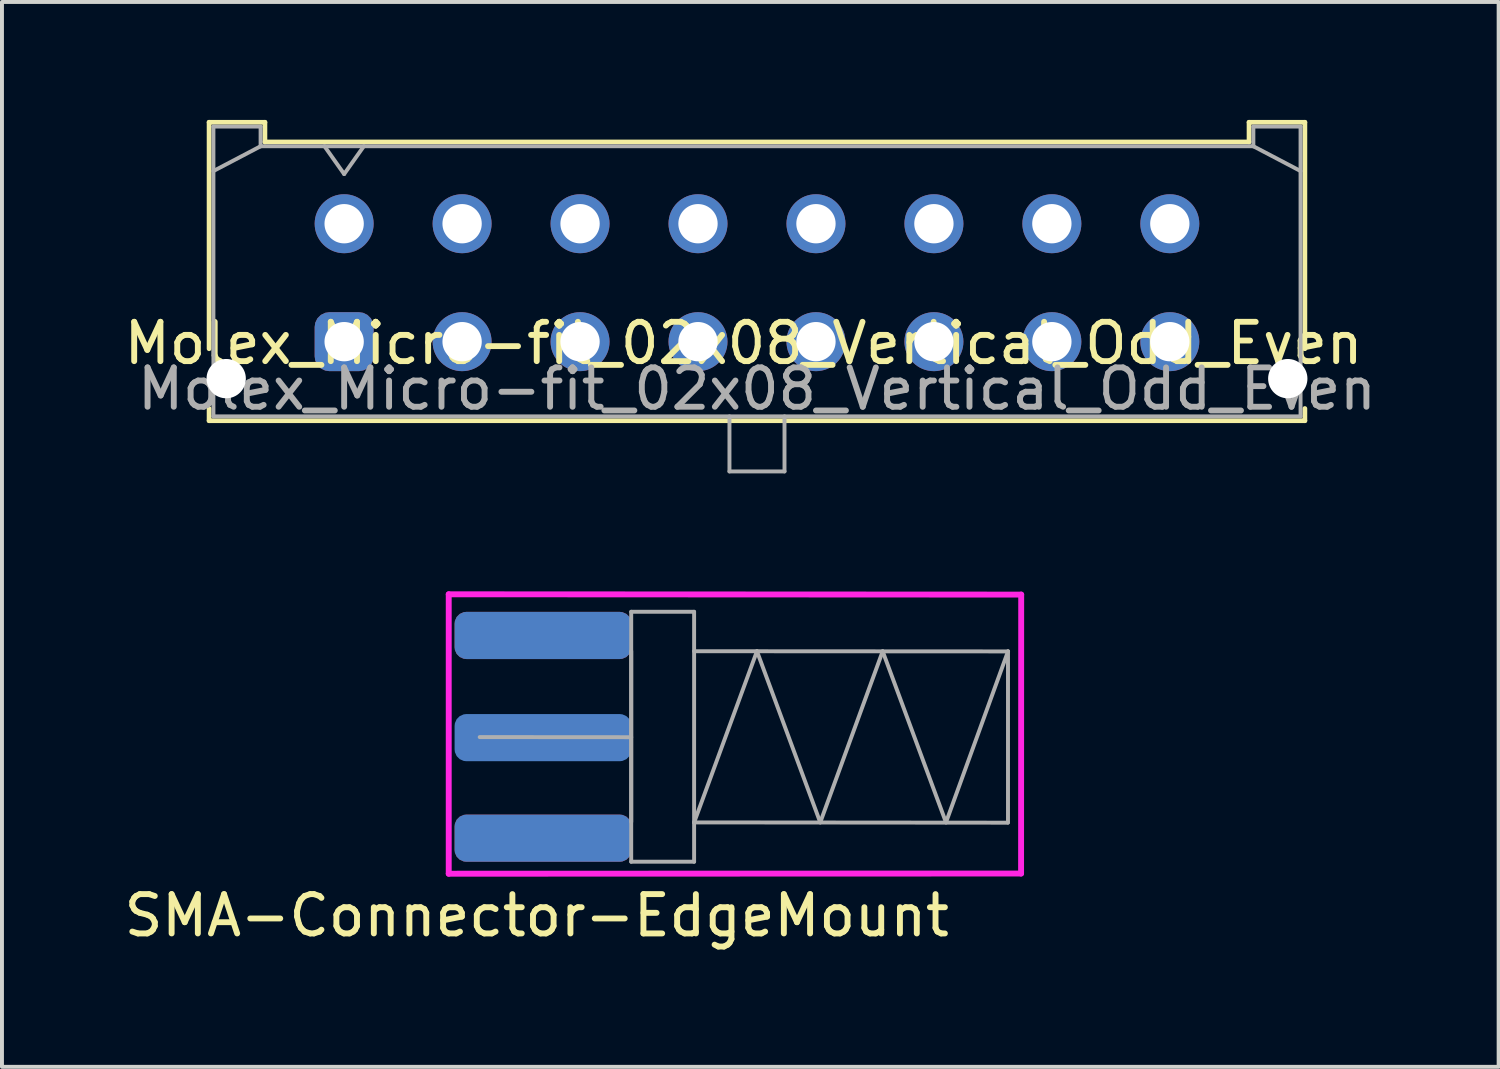
<source format=kicad_pcb>
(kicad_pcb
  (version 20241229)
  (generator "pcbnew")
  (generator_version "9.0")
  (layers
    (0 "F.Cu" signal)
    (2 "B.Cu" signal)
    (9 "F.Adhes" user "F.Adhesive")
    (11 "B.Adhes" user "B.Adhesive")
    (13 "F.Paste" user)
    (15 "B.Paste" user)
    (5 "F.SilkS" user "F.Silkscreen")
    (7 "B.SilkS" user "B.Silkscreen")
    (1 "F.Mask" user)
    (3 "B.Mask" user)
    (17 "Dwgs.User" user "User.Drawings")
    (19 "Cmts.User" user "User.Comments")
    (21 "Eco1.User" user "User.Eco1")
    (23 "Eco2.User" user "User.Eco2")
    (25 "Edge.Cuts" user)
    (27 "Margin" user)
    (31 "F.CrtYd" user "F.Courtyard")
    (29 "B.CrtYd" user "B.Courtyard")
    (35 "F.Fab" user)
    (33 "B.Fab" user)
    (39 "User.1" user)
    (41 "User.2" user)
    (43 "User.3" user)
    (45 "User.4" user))
  (footprint "Molex_Micro-fit_02x08_Vertical_Odd_Even"
    (layer "F.Cu")
    (at 15.863 5.18)
    (property "Reference" "Molex_Micro-fit_02x08_Vertical_Odd_Even" (at 0 0.5 0) (layer "F.SilkS") (effects (font (size 1 1) (thickness 0.15))))
    (attr through_hole)
    (fp_line (start -13.595 -5.12) (end -12.175 -5.12) (stroke (width 0.12) (type solid)) (layer "F.SilkS"))
    (fp_line (start -13.595 0.64) (end -13.595 -5.12) (stroke (width 0.12) (type solid)) (layer "F.SilkS"))
    (fp_line (start -13.595 2.16) (end -13.595 2.47) (stroke (width 0.12) (type solid)) (layer "F.SilkS"))
    (fp_line (start -13.595 2.47) (end 14.275 2.47) (stroke (width 0.12) (type solid)) (layer "F.SilkS"))
    (fp_line (start -12.175 -5.12) (end -12.175 -4.62) (stroke (width 0.12) (type solid)) (layer "F.SilkS"))
    (fp_line (start -12.175 -4.62) (end 12.855 -4.62) (stroke (width 0.12) (type solid)) (layer "F.SilkS"))
    (fp_line (start 12.855 -5.12) (end 14.275 -5.12) (stroke (width 0.12) (type solid)) (layer "F.SilkS"))
    (fp_line (start 12.855 -4.62) (end 12.855 -5.12) (stroke (width 0.12) (type solid)) (layer "F.SilkS"))
    (fp_line (start 14.275 -5.12) (end 14.275 0.64) (stroke (width 0.12) (type solid)) (layer "F.SilkS"))
    (fp_line (start 14.275 2.47) (end 14.275 2.16) (stroke (width 0.12) (type solid)) (layer "F.SilkS"))
    (fp_rect (start 0 0) (end 0 0) (stroke (width 0.05) (type solid)) (fill no) (layer "F.CrtYd"))
    (fp_line (start -13.485 -5.01) (end -13.485 2.36) (stroke (width 0.1) (type solid)) (layer "F.Fab"))
    (fp_line (start -13.485 -3.88) (end -12.285 -4.51) (stroke (width 0.1) (type solid)) (layer "F.Fab"))
    (fp_line (start -13.485 2.36) (end 14.165 2.36) (stroke (width 0.1) (type solid)) (layer "F.Fab"))
    (fp_line (start -12.285 -5.01) (end -13.485 -5.01) (stroke (width 0.1) (type solid)) (layer "F.Fab"))
    (fp_line (start -12.285 -4.51) (end -12.285 -5.01) (stroke (width 0.1) (type solid)) (layer "F.Fab"))
    (fp_line (start -10.66 -4.51) (end -10.16 -3.803) (stroke (width 0.1) (type solid)) (layer "F.Fab"))
    (fp_line (start -10.16 -3.803) (end -9.66 -4.51) (stroke (width 0.1) (type solid)) (layer "F.Fab"))
    (fp_line (start -0.36 2.36) (end -0.36 3.76) (stroke (width 0.1) (type solid)) (layer "F.Fab"))
    (fp_line (start -0.36 3.76) (end 1.04 3.76) (stroke (width 0.1) (type solid)) (layer "F.Fab"))
    (fp_line (start 1.04 3.76) (end 1.04 2.36) (stroke (width 0.1) (type solid)) (layer "F.Fab"))
    (fp_line (start 12.965 -5.01) (end 12.965 -4.51) (stroke (width 0.1) (type solid)) (layer "F.Fab"))
    (fp_line (start 12.965 -4.51) (end -12.285 -4.51) (stroke (width 0.1) (type solid)) (layer "F.Fab"))
    (fp_line (start 14.165 -5.01) (end 12.965 -5.01) (stroke (width 0.1) (type solid)) (layer "F.Fab"))
    (fp_line (start 14.165 -3.88) (end 12.965 -4.51) (stroke (width 0.1) (type solid)) (layer "F.Fab"))
    (fp_line (start 14.165 2.36) (end 14.165 -5.01) (stroke (width 0.1) (type solid)) (layer "F.Fab"))
    (fp_text user "${REFERENCE}" (at 0.34 1.66 0) (layer "F.Fab") (effects (font (size 1 1) (thickness 0.15))))
    (pad "" np_thru_hole circle (at -13.16 1.4) (size 1 1) (drill 1) (layers "*.Cu" "*.Mask"))
    (pad "" np_thru_hole circle (at 13.84 1.4) (size 1 1) (drill 1) (layers "*.Cu" "*.Mask"))
    (pad "1" thru_hole roundrect (at -10.16 0.46) (size 1.5 1.5) (drill 1) (layers "*.Cu" "*.Mask") (roundrect_rratio 0.25))
    (pad "2" thru_hole circle (at -10.16 -2.54) (size 1.5 1.5) (drill 1) (layers "*.Cu" "*.Mask"))
    (pad "3" thru_hole circle (at -7.16 0.46) (size 1.5 1.5) (drill 1) (layers "*.Cu" "*.Mask"))
    (pad "4" thru_hole circle (at -7.16 -2.54) (size 1.5 1.5) (drill 1) (layers "*.Cu" "*.Mask"))
    (pad "5" thru_hole circle (at -4.16 0.46) (size 1.5 1.5) (drill 1) (layers "*.Cu" "*.Mask"))
    (pad "6" thru_hole circle (at -4.16 -2.54) (size 1.5 1.5) (drill 1) (layers "*.Cu" "*.Mask"))
    (pad "7" thru_hole circle (at -1.16 0.46) (size 1.5 1.5) (drill 1) (layers "*.Cu" "*.Mask"))
    (pad "8" thru_hole circle (at -1.16 -2.54) (size 1.5 1.5) (drill 1) (layers "*.Cu" "*.Mask"))
    (pad "9" thru_hole circle (at 1.84 0.46) (size 1.5 1.5) (drill 1) (layers "*.Cu" "*.Mask"))
    (pad "10" thru_hole circle (at 1.84 -2.54) (size 1.5 1.5) (drill 1) (layers "*.Cu" "*.Mask"))
    (pad "11" thru_hole circle (at 4.84 0.46) (size 1.5 1.5) (drill 1) (layers "*.Cu" "*.Mask"))
    (pad "12" thru_hole circle (at 4.84 -2.54) (size 1.5 1.5) (drill 1) (layers "*.Cu" "*.Mask"))
    (pad "13" thru_hole circle (at 7.84 0.46) (size 1.5 1.5) (drill 1) (layers "*.Cu" "*.Mask"))
    (pad "14" thru_hole circle (at 7.84 -2.54) (size 1.5 1.5) (drill 1) (layers "*.Cu" "*.Mask"))
    (pad "15" thru_hole circle (at 10.84 0.46) (size 1.5 1.5) (drill 1) (layers "*.Cu" "*.Mask"))
    (pad "16" thru_hole circle (at 10.84 -2.54) (size 1.5 1.5) (drill 1) (layers "*.Cu" "*.Mask")))
  (footprint "SMA-Connector-EdgeMount"
    (layer "F.Cu")
    (at 15.403 15.691)
    (property "Reference" "SMA-Connector-EdgeMount" (at -4.802 4.545 0) (layer "F.SilkS") (effects (font (size 1 1) (thickness 0.15))))
    (attr through_hole)
    (fp_line (start -7.04 -3.626) (end -7.04 3.481) (stroke (width 0.15) (type solid)) (layer "F.CrtYd"))
    (fp_line (start -7.04 3.481) (end 7.517 3.476) (stroke (width 0.15) (type solid)) (layer "F.CrtYd"))
    (fp_line (start 7.517 3.476) (end 7.52 -3.618) (stroke (width 0.15) (type solid)) (layer "F.CrtYd"))
    (fp_line (start 7.52 -3.618) (end -7.04 -3.626) (stroke (width 0.15) (type solid)) (layer "F.CrtYd"))
    (fp_line (start -2.399 -3.181) (end -2.399 3.176) (stroke (width 0.1) (type solid)) (layer "F.Fab"))
    (fp_line (start -2.399 -3.181) (end -0.799 -3.181) (stroke (width 0.1) (type solid)) (layer "F.Fab"))
    (fp_line (start -2.399 -2.181) (end -2.399 2.163) (stroke (width 0.1) (type solid)) (layer "F.Fab"))
    (fp_line (start -2.399 0.009) (end -6.252 0.006) (stroke (width 0.1) (type solid)) (layer "F.Fab"))
    (fp_line (start -2.399 3.176) (end -0.799 3.176) (stroke (width 0.1) (type solid)) (layer "F.Fab"))
    (fp_line (start -0.799 -3.181) (end -0.799 3.176) (stroke (width 0.1) (type solid)) (layer "F.Fab"))
    (fp_line (start -0.799 -2.178) (end 7.187 -2.173) (stroke (width 0.1) (type solid)) (layer "F.Fab"))
    (fp_line (start -0.799 2.176) (end 7.179 2.183) (stroke (width 0.1) (type solid)) (layer "F.Fab"))
    (fp_line (start -0.799 2.178) (end 0.799 -2.178) (stroke (width 0.1) (type solid)) (layer "F.Fab"))
    (fp_line (start 0.799 -2.178) (end 2.409 2.176) (stroke (width 0.1) (type solid)) (layer "F.Fab"))
    (fp_line (start 2.409 2.176) (end 3.997 -2.176) (stroke (width 0.1) (type solid)) (layer "F.Fab"))
    (fp_line (start 3.997 -2.176) (end 5.607 2.176) (stroke (width 0.1) (type solid)) (layer "F.Fab"))
    (fp_line (start 5.607 2.176) (end 7.184 -2.173) (stroke (width 0.1) (type solid)) (layer "F.Fab"))
    (fp_line (start 7.184 -2.176) (end 7.184 2.181) (stroke (width 0.1) (type solid)) (layer "F.Fab"))
    (pad "1" smd roundrect (at -4.641 0.02) (size 4.5 1.2) (layers "B.Cu" "B.Mask" "B.Paste") (roundrect_rratio 0.25))
    (pad "2" smd roundrect (at -4.641 -2.579) (size 4.5 1.2) (layers "F.Cu" "F.Mask" "F.Paste") (roundrect_rratio 0.25))
    (pad "2" smd roundrect (at -4.641 -2.579) (size 4.5 1.2) (layers "B.Cu" "B.Mask" "B.Paste") (roundrect_rratio 0.25))
    (pad "2" smd roundrect (at -4.641 2.577) (size 4.5 1.2) (layers "F.Cu" "F.Mask" "F.Paste") (roundrect_rratio 0.25))
    (pad "2" smd roundrect (at -4.641 2.577) (size 4.5 1.2) (layers "B.Cu" "B.Mask" "B.Paste") (roundrect_rratio 0.25)))
  (gr_rect
    (start -3 -3)
    (end 35.066 24.084)
    (stroke (width 0.1) (type default))
    (fill no)
    (layer "Edge.Cuts")))
</source>
